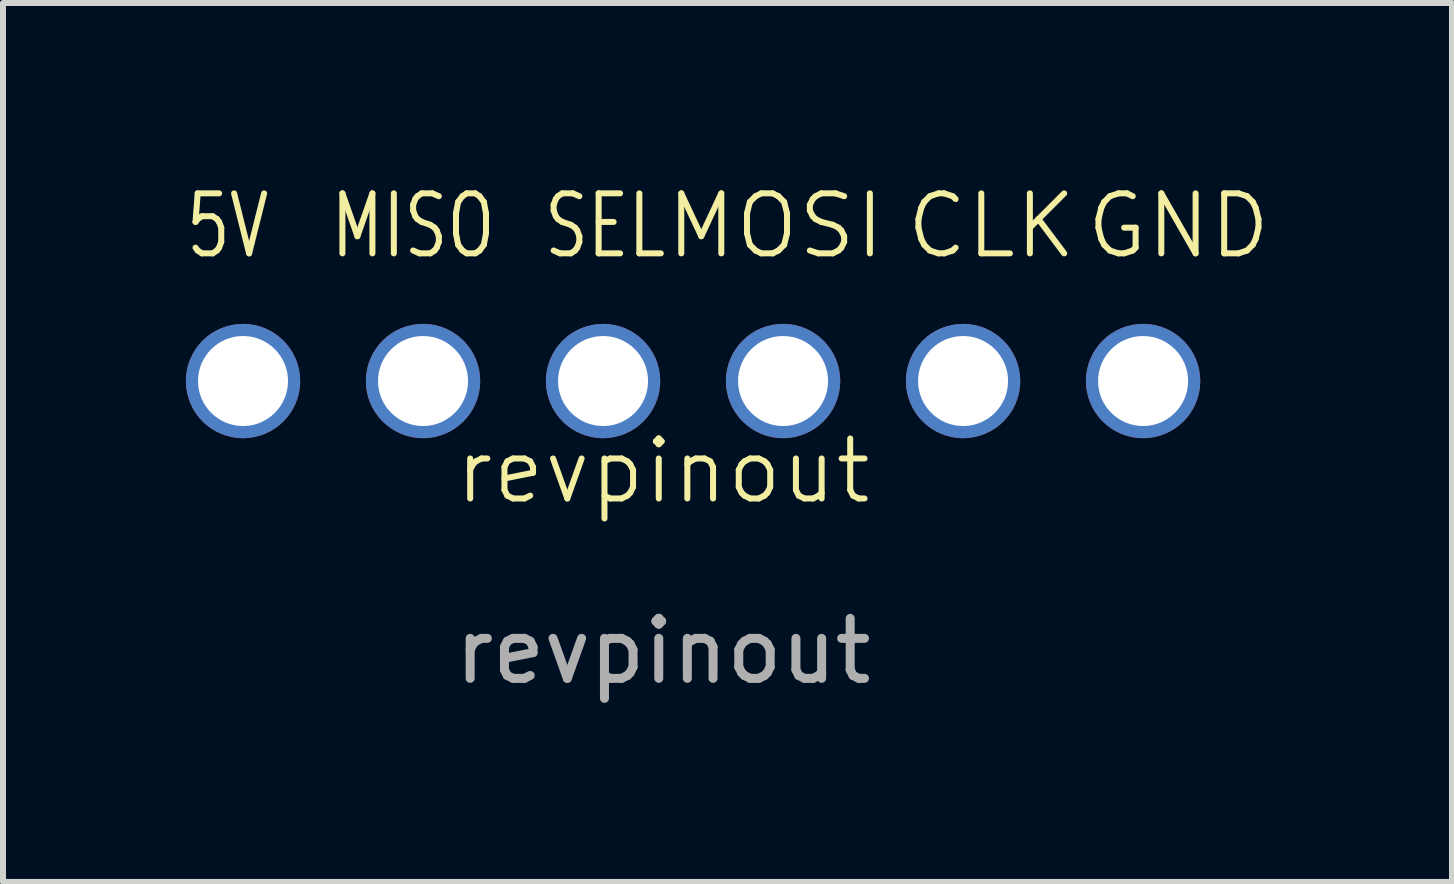
<source format=kicad_pcb>
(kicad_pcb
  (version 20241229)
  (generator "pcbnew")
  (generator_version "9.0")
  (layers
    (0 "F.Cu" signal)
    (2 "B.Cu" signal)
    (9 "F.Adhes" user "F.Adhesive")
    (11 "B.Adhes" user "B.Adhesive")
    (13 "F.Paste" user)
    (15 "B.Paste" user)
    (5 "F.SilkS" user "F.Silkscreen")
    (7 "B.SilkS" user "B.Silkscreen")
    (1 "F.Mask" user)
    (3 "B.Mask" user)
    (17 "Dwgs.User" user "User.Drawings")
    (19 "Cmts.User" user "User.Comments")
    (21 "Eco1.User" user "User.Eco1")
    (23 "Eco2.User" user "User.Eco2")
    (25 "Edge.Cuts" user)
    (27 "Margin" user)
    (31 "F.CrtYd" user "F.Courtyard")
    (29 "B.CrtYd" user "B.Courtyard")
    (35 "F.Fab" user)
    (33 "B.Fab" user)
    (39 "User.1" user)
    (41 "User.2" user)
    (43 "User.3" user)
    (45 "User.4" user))
  (footprint "revpinout"
    (layer "F.Cu")
    (at 8 5.3)
    (property "Reference" "revpinout" (at 0 -0.5 0) (unlocked yes) (layer "F.SilkS") (effects (font (size 1 1) (thickness 0.1))))
    (attr smd)
    (fp_text user "GND" (at 7 -4 0) (unlocked yes) (layer "F.SilkS") (effects (font (size 1 1) (thickness 0.1)) (justify left bottom)))
    (fp_text user "5V" (at -8 -4 0) (unlocked yes) (layer "F.SilkS") (effects (font (size 1 0.75) (thickness 0.1)) (justify left bottom)))
    (fp_text user "MOSI" (at 0 -4 0) (unlocked yes) (layer "F.SilkS") (effects (font (size 1 1) (thickness 0.1)) (justify left bottom)))
    (fp_text user "SEL" (at -2.032 -4 0) (unlocked yes) (layer "F.SilkS") (effects (font (size 1 0.75) (thickness 0.1)) (justify left bottom)))
    (fp_text user "MISO" (at -5.588 -4 0) (unlocked yes) (layer "F.SilkS") (effects (font (size 1 0.75) (thickness 0.1)) (justify left bottom)))
    (fp_text user "CLK" (at 4 -4 0) (unlocked yes) (layer "F.SilkS") (effects (font (size 1 1) (thickness 0.1)) (justify left bottom)))
    (fp_text user "${REFERENCE}" (at 0 2.5 0) (unlocked yes) (layer "F.Fab") (effects (font (size 1 1) (thickness 0.15))))
    (pad "1" thru_hole circle (at -7 -2) (size 1.905 1.905) (drill 1.5) (layers "*.Cu" "*.Mask"))
    (pad "2" thru_hole circle (at -4 -2) (size 1.905 1.905) (drill 1.5) (layers "*.Cu" "*.Mask"))
    (pad "3" thru_hole circle (at -1 -2) (size 1.905 1.905) (drill 1.5) (layers "*.Cu" "*.Mask"))
    (pad "4" thru_hole circle (at 2 -2) (size 1.905 1.905) (drill 1.5) (layers "*.Cu" "*.Mask"))
    (pad "5" thru_hole circle (at 5 -2) (size 1.905 1.905) (drill 1.5) (layers "*.Cu" "*.Mask"))
    (pad "6" thru_hole circle (at 8 -2) (size 1.905 1.905) (drill 1.5) (layers "*.Cu" "*.Mask")))
  (gr_rect
    (start -3 -3)
    (end 21.148 11.648)
    (stroke (width 0.1) (type default))
    (fill no)
    (layer "Edge.Cuts")))
</source>
